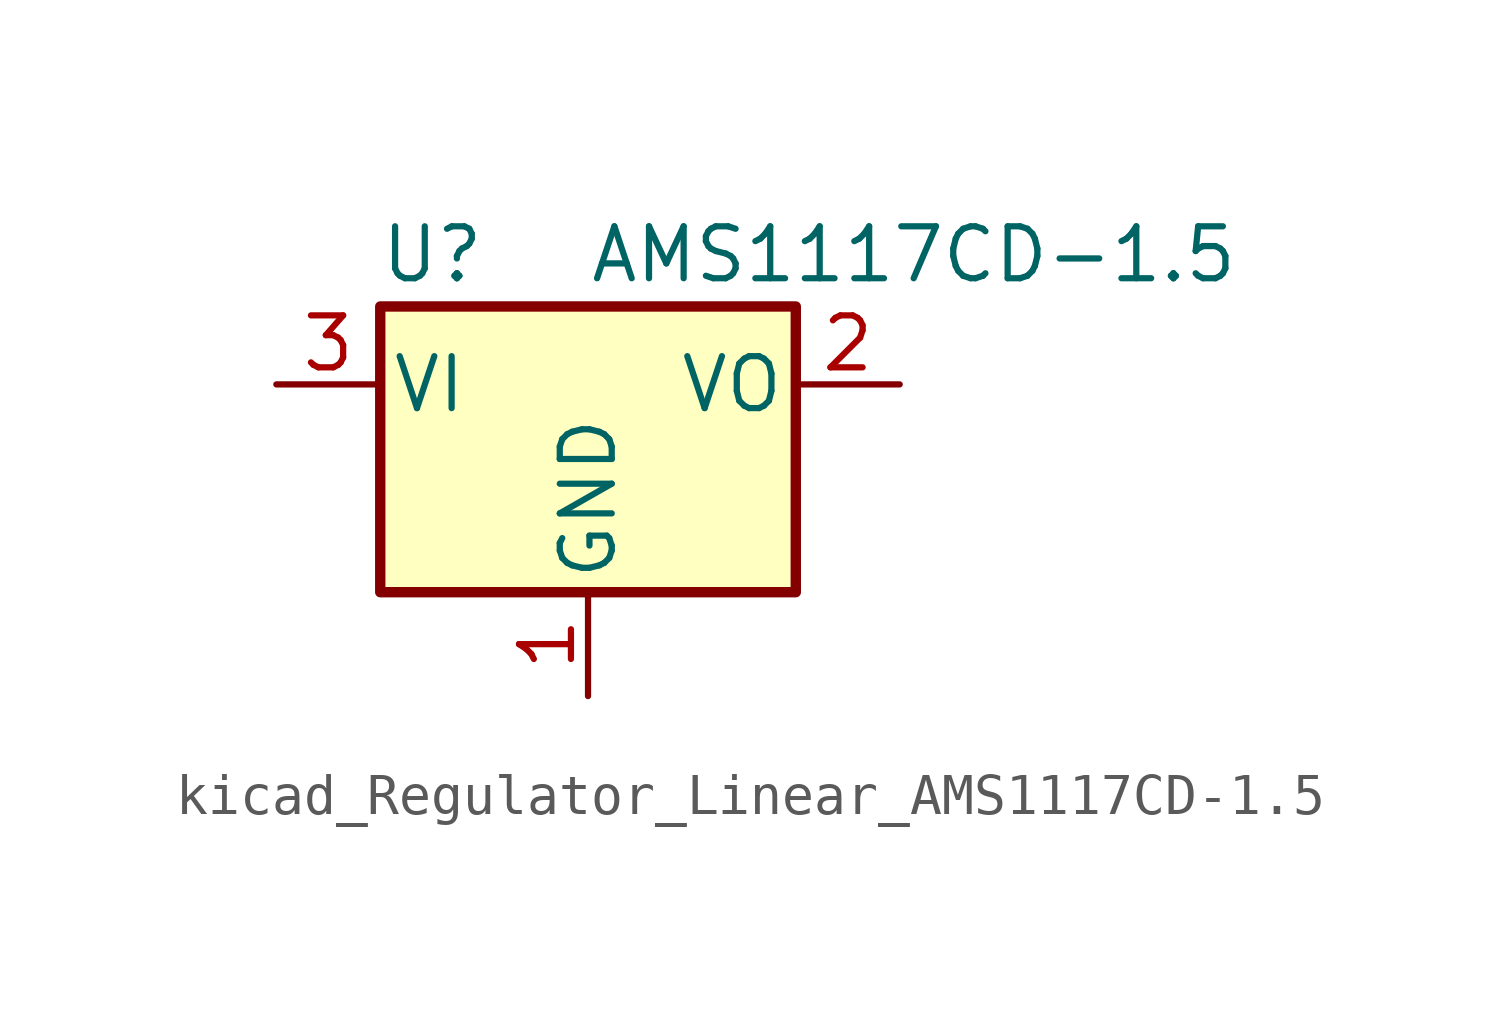
<source format=kicad_sym>
(kicad_symbol_lib
  (version 20220914)
  (generator kicad_symbol_editor)
  (symbol "kicad_Regulator_Linear_AMS1117CD-1.5"
    (pin_names
      (offset 0.254))
    (property "Reference" "U"
      (at -3.81 3.175 0)
      (effects (font (size 1.27 1.27))))
    (property "Value" "AMS1117CD-1.5"
      (at 0 3.175 0)
      (effects (font (size 1.27 1.27)) (justify left)))
    (symbol "kicad_Regulator_Linear_AMS1117CD-1.5_0_1"
      (rectangle (start -5.08 -5.08) (end 5.08 1.905) (stroke (width 0.254) (type default)) (fill (type background))))
    (symbol "kicad_Regulator_Linear_AMS1117CD-1.5_1_1"
      (pin power_in line (at 0 -7.62 90) (length 2.54) (name "GND" (effects (font (size 1.27 1.27)))) (number "1" (effects (font (size 1.27 1.27)))))
      (pin power_out line (at 7.62 0 180) (length 2.54) (name "VO" (effects (font (size 1.27 1.27)))) (number "2" (effects (font (size 1.27 1.27)))))
      (pin power_in line (at -7.62 0 0) (length 2.54) (name "VI" (effects (font (size 1.27 1.27)))) (number "3" (effects (font (size 1.27 1.27))))))))
</source>
